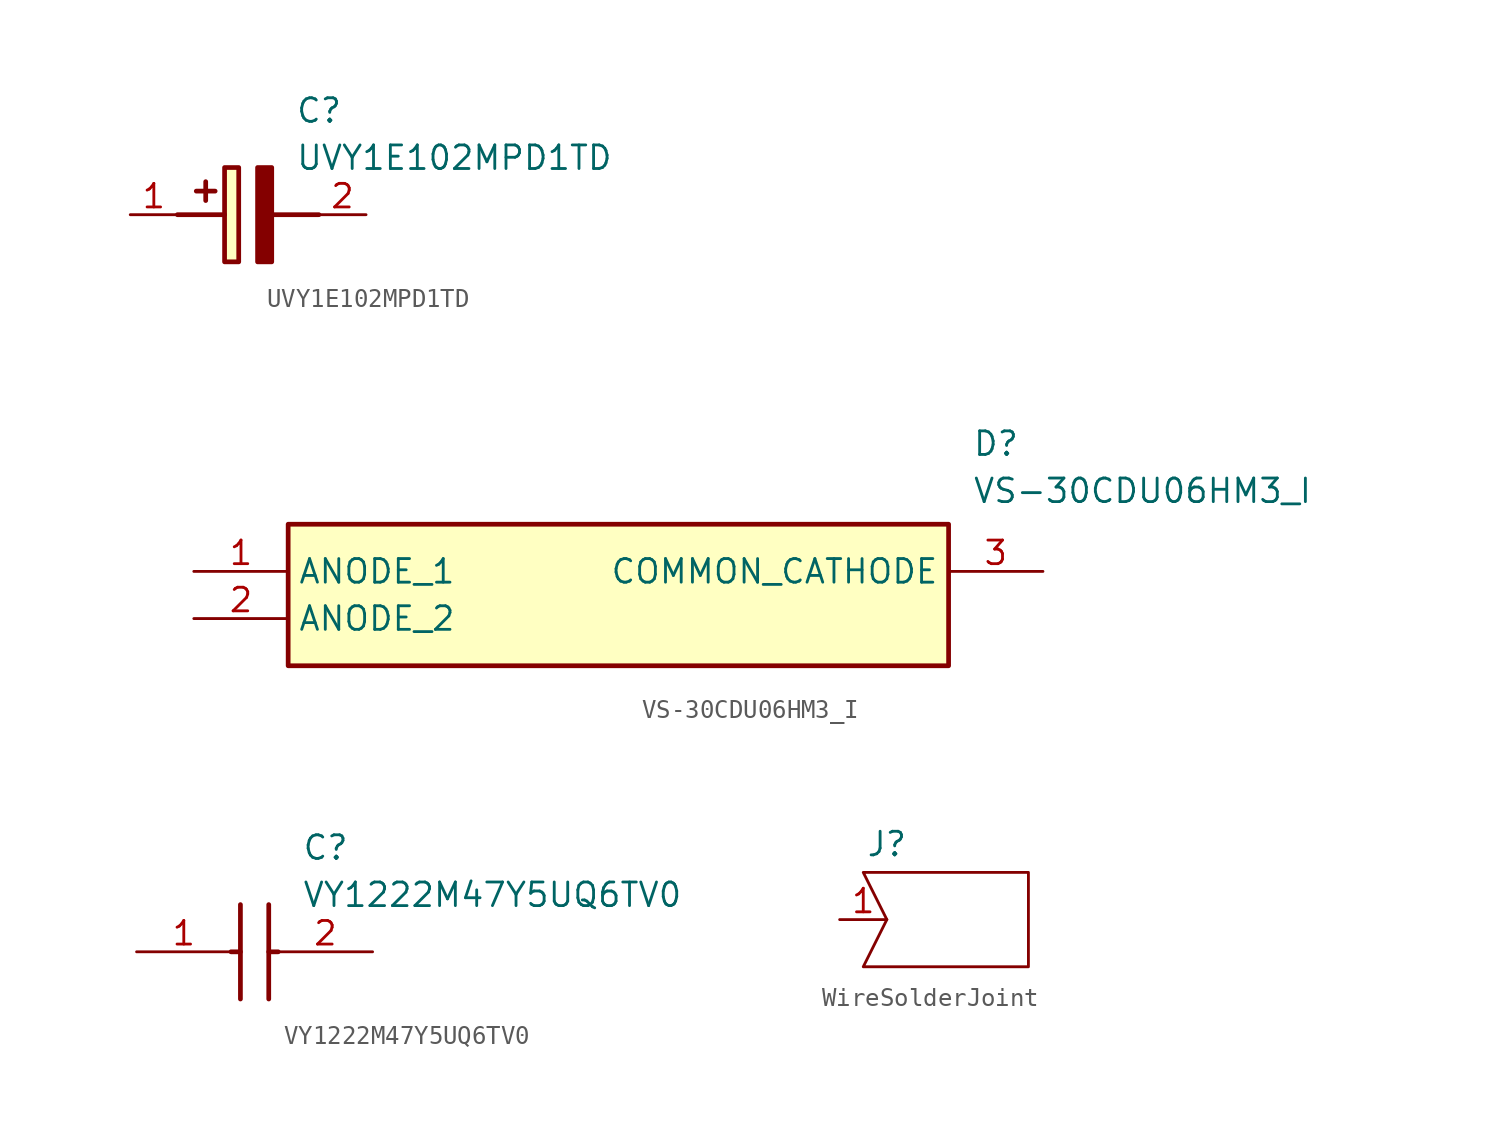
<source format=kicad_sym>
(kicad_symbol_lib
  (version 20241209)
  (generator "kicad_symbol_editor")
  (generator_version "9.0")
  (symbol "UVY1E102MPD1TD"
    (pin_names
      (hide yes))
    (property "Reference" "C"
      (at 8.89 6.35 0)
      (effects (font (size 1.27 1.27)) (justify left top)))
    (property "Value" "UVY1E102MPD1TD"
      (at 8.89 3.81 0)
      (effects (font (size 1.27 1.27)) (justify left top)))
    (symbol "UVY1E102MPD1TD_1_1"
      (polyline (pts (xy 2.54 0) (xy 5.08 0)) (stroke (width 0.254) (type default)) (fill (type none)))
      (polyline (pts (xy 4.064 1.778) (xy 4.064 0.762)) (stroke (width 0.254) (type default)) (fill (type none)))
      (polyline (pts (xy 4.572 1.27) (xy 3.556 1.27)) (stroke (width 0.254) (type default)) (fill (type none)))
      (rectangle (start 5.08 2.54) (end 5.842 -2.54) (stroke (width 0.254) (type default)) (fill (type background)))
      (polyline (pts (xy 7.62 2.54) (xy 7.62 -2.54) (xy 6.858 -2.54) (xy 6.858 2.54) (xy 7.62 2.54)) (stroke (width 0.254) (type default)) (fill (type outline)))
      (polyline (pts (xy 7.62 0) (xy 10.16 0)) (stroke (width 0.254) (type default)) (fill (type none)))
      (pin passive line (at 0 0 0) (length 2.54) (name "+" (effects (font (size 1.27 1.27)))) (number "1" (effects (font (size 1.27 1.27)))))
      (pin passive line (at 12.7 0 180) (length 2.54) (name "-" (effects (font (size 1.27 1.27)))) (number "2" (effects (font (size 1.27 1.27)))))))
  (symbol "VS-30CDU06HM3_I"
    (property "Reference" "D"
      (at 41.91 7.62 0)
      (effects (font (size 1.27 1.27)) (justify left top)))
    (property "Value" "VS-30CDU06HM3_I"
      (at 41.91 5.08 0)
      (effects (font (size 1.27 1.27)) (justify left top)))
    (symbol "VS-30CDU06HM3_I_1_1"
      (rectangle (start 5.08 2.54) (end 40.64 -5.08) (stroke (width 0.254) (type default)) (fill (type background)))
      (pin passive line (at 0 0 0) (length 5.08) (name "ANODE_1" (effects (font (size 1.27 1.27)))) (number "1" (effects (font (size 1.27 1.27)))))
      (pin passive line (at 0 -2.54 0) (length 5.08) (name "ANODE_2" (effects (font (size 1.27 1.27)))) (number "2" (effects (font (size 1.27 1.27)))))
      (pin passive line (at 45.72 0 180) (length 5.08) (name "COMMON_CATHODE" (effects (font (size 1.27 1.27)))) (number "3" (effects (font (size 1.27 1.27)))))))
  (symbol "VY1222M47Y5UQ6TV0"
    (pin_names
      (hide yes))
    (property "Reference" "C"
      (at 8.89 6.35 0)
      (effects (font (size 1.27 1.27)) (justify left top)))
    (property "Value" "VY1222M47Y5UQ6TV0"
      (at 8.89 3.81 0)
      (effects (font (size 1.27 1.27)) (justify left top)))
    (symbol "VY1222M47Y5UQ6TV0_1_1"
      (polyline (pts (xy 5.08 0) (xy 5.588 0)) (stroke (width 0.254) (type default)) (fill (type none)))
      (polyline (pts (xy 5.588 2.54) (xy 5.588 -2.54)) (stroke (width 0.254) (type default)) (fill (type none)))
      (polyline (pts (xy 7.112 2.54) (xy 7.112 -2.54)) (stroke (width 0.254) (type default)) (fill (type none)))
      (polyline (pts (xy 7.112 0) (xy 7.62 0)) (stroke (width 0.254) (type default)) (fill (type none)))
      (pin passive line (at 0 0 0) (length 5.08) (name "1" (effects (font (size 1.27 1.27)))) (number "1" (effects (font (size 1.27 1.27)))))
      (pin passive line (at 12.7 0 180) (length 5.08) (name "2" (effects (font (size 1.27 1.27)))) (number "2" (effects (font (size 1.27 1.27)))))))
  (symbol "WireSolderJoint"
    (property "Reference" "J"
      (at 0 4.064 0)
      (effects (font (size 1.27 1.27))))
    (property "Value" ""
      (at 0 0 0)
      (effects (font (size 1.27 1.27))))
    (symbol "WireSolderJoint_0_1"
      (polyline (pts (xy 0 0) (xy -1.27 2.54) (xy 7.62 2.54) (xy 7.62 -2.54) (xy -1.27 -2.54) (xy 0 0)) (stroke (width 0) (type default)) (fill (type none))))
    (symbol "WireSolderJoint_1_1"
      (pin passive line (at -2.54 0 0) (length 2.54) (name "" (effects (font (size 1.27 1.27)))) (number "1" (effects (font (size 1.27 1.27))))))))
</source>
